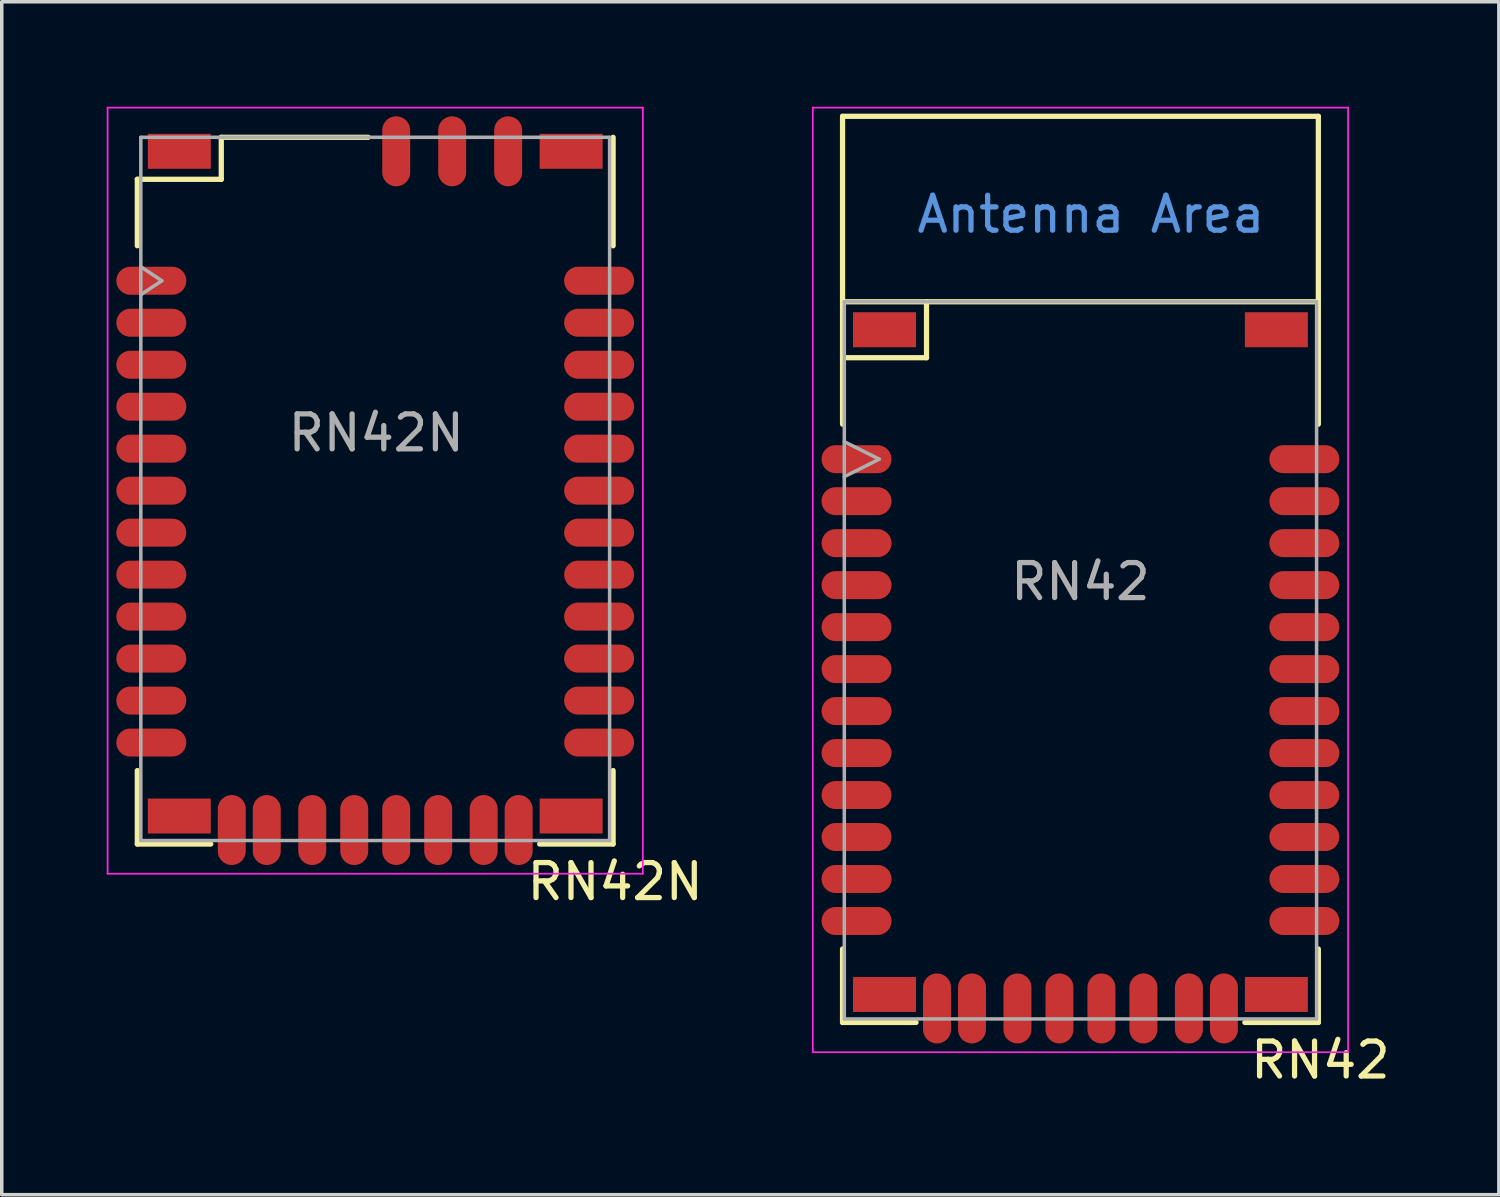
<source format=kicad_pcb>
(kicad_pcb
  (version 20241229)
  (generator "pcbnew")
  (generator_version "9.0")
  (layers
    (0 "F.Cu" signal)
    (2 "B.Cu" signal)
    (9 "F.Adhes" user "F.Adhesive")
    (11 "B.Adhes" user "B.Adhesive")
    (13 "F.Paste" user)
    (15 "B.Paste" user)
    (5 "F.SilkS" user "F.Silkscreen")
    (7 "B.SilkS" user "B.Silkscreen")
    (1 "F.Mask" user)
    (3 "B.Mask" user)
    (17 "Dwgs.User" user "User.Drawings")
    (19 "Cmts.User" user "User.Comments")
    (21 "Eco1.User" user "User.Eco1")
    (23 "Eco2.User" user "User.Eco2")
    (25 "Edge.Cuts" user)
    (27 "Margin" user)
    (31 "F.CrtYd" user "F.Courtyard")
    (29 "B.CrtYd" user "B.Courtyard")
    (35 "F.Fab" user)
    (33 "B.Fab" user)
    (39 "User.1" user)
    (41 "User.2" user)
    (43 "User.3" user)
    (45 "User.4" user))
  (footprint "RN42N"
    (layer "F.Cu")
    (at 7.675 10.975)
    (property "Reference" "RN42N" (at 6.858 11.176 0) (layer "F.SilkS") (effects (font (size 1 1) (thickness 0.15))))
    (attr smd)
    (fp_line (start -6.8 -8.9) (end -4.4 -8.9) (stroke (width 0.15) (type solid)) (layer "F.SilkS"))
    (fp_line (start -6.8 -7) (end -6.8 -8.9) (stroke (width 0.15) (type solid)) (layer "F.SilkS"))
    (fp_line (start -6.8 10.1) (end -6.8 8) (stroke (width 0.15) (type solid)) (layer "F.SilkS"))
    (fp_line (start -4.7 10.1) (end -6.8 10.1) (stroke (width 0.15) (type solid)) (layer "F.SilkS"))
    (fp_line (start -4.4 -10.1) (end -4.4 -8.9) (stroke (width 0.15) (type solid)) (layer "F.SilkS"))
    (fp_line (start -4.4 -10.1) (end -0.2 -10.1) (stroke (width 0.15) (type solid)) (layer "F.SilkS"))
    (fp_line (start 4.7 10.1) (end 6.8 10.1) (stroke (width 0.15) (type solid)) (layer "F.SilkS"))
    (fp_line (start 6.8 -10.1) (end 6.8 -7) (stroke (width 0.15) (type solid)) (layer "F.SilkS"))
    (fp_line (start 6.8 10.1) (end 6.8 8) (stroke (width 0.15) (type solid)) (layer "F.SilkS"))
    (fp_line (start -7.65 -10.95) (end 7.65 -10.95) (stroke (width 0.05) (type solid)) (layer "F.CrtYd"))
    (fp_line (start -7.65 10.95) (end -7.65 -10.95) (stroke (width 0.05) (type solid)) (layer "F.CrtYd"))
    (fp_line (start 7.65 -10.95) (end 7.65 10.95) (stroke (width 0.05) (type solid)) (layer "F.CrtYd"))
    (fp_line (start 7.65 10.95) (end -7.65 10.95) (stroke (width 0.05) (type solid)) (layer "F.CrtYd"))
    (fp_line (start -6.7 -10.1) (end -6.7 10) (stroke (width 0.1) (type solid)) (layer "F.Fab"))
    (fp_line (start -6.7 -6.4) (end -6.1 -6) (stroke (width 0.1) (type solid)) (layer "F.Fab"))
    (fp_line (start -6.7 10) (end 6.7 10) (stroke (width 0.1) (type solid)) (layer "F.Fab"))
    (fp_line (start -6.1 -6) (end -6.7 -5.6) (stroke (width 0.1) (type solid)) (layer "F.Fab"))
    (fp_line (start 6.7 -10.1) (end -6.7 -10.1) (stroke (width 0.1) (type solid)) (layer "F.Fab"))
    (fp_line (start 6.7 10) (end 6.7 -10.1) (stroke (width 0.1) (type solid)) (layer "F.Fab"))
    (fp_text user "${REFERENCE}" (at 0.03 -1.65 0) (layer "F.Fab") (effects (font (size 1 1) (thickness 0.15))))
    (pad "1" smd oval (at -6.4 -6) (size 2 0.8) (layers "F.Cu" "F.Mask" "F.Paste"))
    (pad "2" smd oval (at -6.4 -4.8) (size 2 0.8) (layers "F.Cu" "F.Mask" "F.Paste"))
    (pad "3" smd oval (at -6.4 -3.6) (size 2 0.8) (layers "F.Cu" "F.Mask" "F.Paste"))
    (pad "4" smd oval (at -6.4 -2.4) (size 2 0.8) (layers "F.Cu" "F.Mask" "F.Paste"))
    (pad "5" smd oval (at -6.4 -1.2) (size 2 0.8) (layers "F.Cu" "F.Mask" "F.Paste"))
    (pad "6" smd oval (at -6.4 0) (size 2 0.8) (layers "F.Cu" "F.Mask" "F.Paste"))
    (pad "7" smd oval (at -6.4 1.2) (size 2 0.8) (layers "F.Cu" "F.Mask" "F.Paste"))
    (pad "8" smd oval (at -6.4 2.4) (size 2 0.8) (layers "F.Cu" "F.Mask" "F.Paste"))
    (pad "9" smd oval (at -6.4 3.6) (size 2 0.8) (layers "F.Cu" "F.Mask" "F.Paste"))
    (pad "10" smd oval (at -6.4 4.8) (size 2 0.8) (layers "F.Cu" "F.Mask" "F.Paste"))
    (pad "11" smd oval (at -6.4 6) (size 2 0.8) (layers "F.Cu" "F.Mask" "F.Paste"))
    (pad "12" smd oval (at -6.4 7.2) (size 2 0.8) (layers "F.Cu" "F.Mask" "F.Paste"))
    (pad "13" smd oval (at 6.4 7.2) (size 2 0.8) (layers "F.Cu" "F.Mask" "F.Paste"))
    (pad "14" smd oval (at 6.4 6) (size 2 0.8) (layers "F.Cu" "F.Mask" "F.Paste"))
    (pad "15" smd oval (at 6.4 4.8) (size 2 0.8) (layers "F.Cu" "F.Mask" "F.Paste"))
    (pad "16" smd oval (at 6.4 3.6) (size 2 0.8) (layers "F.Cu" "F.Mask" "F.Paste"))
    (pad "17" smd oval (at 6.4 2.4) (size 2 0.8) (layers "F.Cu" "F.Mask" "F.Paste"))
    (pad "18" smd oval (at 6.4 1.2) (size 2 0.8) (layers "F.Cu" "F.Mask" "F.Paste"))
    (pad "19" smd oval (at 6.4 0) (size 2 0.8) (layers "F.Cu" "F.Mask" "F.Paste"))
    (pad "20" smd oval (at 6.4 -1.2) (size 2 0.8) (layers "F.Cu" "F.Mask" "F.Paste"))
    (pad "21" smd oval (at 6.4 -2.4) (size 2 0.8) (layers "F.Cu" "F.Mask" "F.Paste"))
    (pad "22" smd oval (at 6.4 -3.6) (size 2 0.8) (layers "F.Cu" "F.Mask" "F.Paste"))
    (pad "23" smd oval (at 6.4 -4.8) (size 2 0.8) (layers "F.Cu" "F.Mask" "F.Paste"))
    (pad "24" smd oval (at 6.4 -6) (size 2 0.8) (layers "F.Cu" "F.Mask" "F.Paste"))
    (pad "25" smd oval (at 3.8 -9.7 90) (size 2 0.8) (layers "F.Cu" "F.Mask" "F.Paste"))
    (pad "26" smd oval (at 2.2 -9.7 90) (size 2 0.8) (layers "F.Cu" "F.Mask" "F.Paste"))
    (pad "27" smd oval (at 0.6 -9.7 90) (size 2 0.8) (layers "F.Cu" "F.Mask" "F.Paste"))
    (pad "28" smd oval (at 3.1 9.7 90) (size 2 0.8) (layers "F.Cu" "F.Mask" "F.Paste"))
    (pad "29" smd oval (at -3.1 9.7 90) (size 2 0.8) (layers "F.Cu" "F.Mask" "F.Paste"))
    (pad "30" smd oval (at 4.1 9.7 90) (size 2 0.8) (layers "F.Cu" "F.Mask" "F.Paste"))
    (pad "31" smd oval (at 1.8 9.7 90) (size 2 0.8) (layers "F.Cu" "F.Mask" "F.Paste"))
    (pad "32" smd oval (at 0.6 9.7 90) (size 2 0.8) (layers "F.Cu" "F.Mask" "F.Paste"))
    (pad "33" smd oval (at -0.6 9.7 90) (size 2 0.8) (layers "F.Cu" "F.Mask" "F.Paste"))
    (pad "34" smd oval (at -1.8 9.7 90) (size 2 0.8) (layers "F.Cu" "F.Mask" "F.Paste"))
    (pad "35" smd oval (at -4.1 9.7 90) (size 2 0.8) (layers "F.Cu" "F.Mask" "F.Paste"))
    (pad "36" smd rect (at -5.6 -9.7) (size 1.8 1) (layers "F.Cu" "F.Mask" "F.Paste"))
    (pad "36" smd rect (at -5.6 9.3) (size 1.8 1) (layers "F.Cu" "F.Mask" "F.Paste"))
    (pad "36" smd rect (at 5.6 -9.7) (size 1.8 1) (layers "F.Cu" "F.Mask" "F.Paste"))
    (pad "36" smd rect (at 5.6 9.3) (size 1.8 1) (layers "F.Cu" "F.Mask" "F.Paste")))
  (footprint "RN42"
    (layer "F.Cu")
    (at 27.833 16.075)
    (property "Reference" "RN42" (at 6.858 11.176 0) (layer "F.SilkS") (effects (font (size 1 1) (thickness 0.15))))
    (attr smd)
    (fp_line (start -6.8 -15.8) (end 6.8 -15.8) (stroke (width 0.15) (type solid)) (layer "F.SilkS"))
    (fp_line (start -6.8 -10.5) (end 6.8 -10.5) (stroke (width 0.15) (type solid)) (layer "F.SilkS"))
    (fp_line (start -6.8 -8.9) (end -4.4 -8.9) (stroke (width 0.15) (type solid)) (layer "F.SilkS"))
    (fp_line (start -6.8 -7) (end -6.8 -15.8) (stroke (width 0.15) (type solid)) (layer "F.SilkS"))
    (fp_line (start -6.8 10.1) (end -6.8 8) (stroke (width 0.15) (type solid)) (layer "F.SilkS"))
    (fp_line (start -4.7 10.1) (end -6.8 10.1) (stroke (width 0.15) (type solid)) (layer "F.SilkS"))
    (fp_line (start -4.4 -8.9) (end -4.4 -10.5) (stroke (width 0.15) (type solid)) (layer "F.SilkS"))
    (fp_line (start 4.7 10.1) (end 6.8 10.1) (stroke (width 0.15) (type solid)) (layer "F.SilkS"))
    (fp_line (start 6.8 -15.8) (end 6.8 -7) (stroke (width 0.15) (type solid)) (layer "F.SilkS"))
    (fp_line (start 6.8 10.1) (end 6.8 8) (stroke (width 0.15) (type solid)) (layer "F.SilkS"))
    (fp_line (start -7.65 -16.05) (end 7.65 -16.05) (stroke (width 0.05) (type solid)) (layer "F.CrtYd"))
    (fp_line (start -7.65 10.95) (end -7.65 -16.05) (stroke (width 0.05) (type solid)) (layer "F.CrtYd"))
    (fp_line (start 7.65 -16.05) (end 7.65 10.95) (stroke (width 0.05) (type solid)) (layer "F.CrtYd"))
    (fp_line (start 7.65 10.95) (end -7.65 10.95) (stroke (width 0.05) (type solid)) (layer "F.CrtYd"))
    (fp_line (start -6.75 -10.5) (end 6.75 -10.5) (stroke (width 0.1) (type solid)) (layer "F.Fab"))
    (fp_line (start -6.75 -6.5) (end -5.75 -6) (stroke (width 0.1) (type solid)) (layer "F.Fab"))
    (fp_line (start -6.75 10) (end -6.75 -10.5) (stroke (width 0.1) (type solid)) (layer "F.Fab"))
    (fp_line (start -5.75 -6) (end -6.75 -5.5) (stroke (width 0.1) (type solid)) (layer "F.Fab"))
    (fp_line (start 6.75 -10.5) (end 6.75 10) (stroke (width 0.1) (type solid)) (layer "F.Fab"))
    (fp_line (start 6.75 10) (end -6.75 10) (stroke (width 0.1) (type solid)) (layer "F.Fab"))
    (fp_text user "Antenna Area" (at 0.3 -13 0) (layer "Cmts.User") (effects (font (size 1 1) (thickness 0.15))))
    (fp_text user "${REFERENCE}" (at 0 -2.5 0) (layer "F.Fab") (effects (font (size 1 1) (thickness 0.15))))
    (pad "1" smd oval (at -6.4 -6) (size 2 0.8) (layers "F.Cu" "F.Mask" "F.Paste"))
    (pad "2" smd oval (at -6.4 -4.8) (size 2 0.8) (layers "F.Cu" "F.Mask" "F.Paste"))
    (pad "3" smd oval (at -6.4 -3.6) (size 2 0.8) (layers "F.Cu" "F.Mask" "F.Paste"))
    (pad "4" smd oval (at -6.4 -2.4) (size 2 0.8) (layers "F.Cu" "F.Mask" "F.Paste"))
    (pad "5" smd oval (at -6.4 -1.2) (size 2 0.8) (layers "F.Cu" "F.Mask" "F.Paste"))
    (pad "6" smd oval (at -6.4 0) (size 2 0.8) (layers "F.Cu" "F.Mask" "F.Paste"))
    (pad "7" smd oval (at -6.4 1.2) (size 2 0.8) (layers "F.Cu" "F.Mask" "F.Paste"))
    (pad "8" smd oval (at -6.4 2.4) (size 2 0.8) (layers "F.Cu" "F.Mask" "F.Paste"))
    (pad "9" smd oval (at -6.4 3.6) (size 2 0.8) (layers "F.Cu" "F.Mask" "F.Paste"))
    (pad "10" smd oval (at -6.4 4.8) (size 2 0.8) (layers "F.Cu" "F.Mask" "F.Paste"))
    (pad "11" smd oval (at -6.4 6) (size 2 0.8) (layers "F.Cu" "F.Mask" "F.Paste"))
    (pad "12" smd oval (at -6.4 7.2) (size 2 0.8) (layers "F.Cu" "F.Mask" "F.Paste"))
    (pad "13" smd oval (at 6.4 7.2) (size 2 0.8) (layers "F.Cu" "F.Mask" "F.Paste"))
    (pad "14" smd oval (at 6.4 6) (size 2 0.8) (layers "F.Cu" "F.Mask" "F.Paste"))
    (pad "15" smd oval (at 6.4 4.8) (size 2 0.8) (layers "F.Cu" "F.Mask" "F.Paste"))
    (pad "16" smd oval (at 6.4 3.6) (size 2 0.8) (layers "F.Cu" "F.Mask" "F.Paste"))
    (pad "17" smd oval (at 6.4 2.4) (size 2 0.8) (layers "F.Cu" "F.Mask" "F.Paste"))
    (pad "18" smd oval (at 6.4 1.2) (size 2 0.8) (layers "F.Cu" "F.Mask" "F.Paste"))
    (pad "19" smd oval (at 6.4 0) (size 2 0.8) (layers "F.Cu" "F.Mask" "F.Paste"))
    (pad "20" smd oval (at 6.4 -1.2) (size 2 0.8) (layers "F.Cu" "F.Mask" "F.Paste"))
    (pad "21" smd oval (at 6.4 -2.4) (size 2 0.8) (layers "F.Cu" "F.Mask" "F.Paste"))
    (pad "22" smd oval (at 6.4 -3.6) (size 2 0.8) (layers "F.Cu" "F.Mask" "F.Paste"))
    (pad "23" smd oval (at 6.4 -4.8) (size 2 0.8) (layers "F.Cu" "F.Mask" "F.Paste"))
    (pad "24" smd oval (at 6.4 -6) (size 2 0.8) (layers "F.Cu" "F.Mask" "F.Paste"))
    (pad "28" smd oval (at 3.1 9.7 90) (size 2 0.8) (layers "F.Cu" "F.Mask" "F.Paste"))
    (pad "29" smd oval (at -3.1 9.7 90) (size 2 0.8) (layers "F.Cu" "F.Mask" "F.Paste"))
    (pad "30" smd oval (at 4.1 9.7 90) (size 2 0.8) (layers "F.Cu" "F.Mask" "F.Paste"))
    (pad "31" smd oval (at 1.8 9.7 90) (size 2 0.8) (layers "F.Cu" "F.Mask" "F.Paste"))
    (pad "32" smd oval (at 0.6 9.7 90) (size 2 0.8) (layers "F.Cu" "F.Mask" "F.Paste"))
    (pad "33" smd oval (at -0.6 9.7 90) (size 2 0.8) (layers "F.Cu" "F.Mask" "F.Paste"))
    (pad "34" smd oval (at -1.8 9.7 90) (size 2 0.8) (layers "F.Cu" "F.Mask" "F.Paste"))
    (pad "35" smd oval (at -4.1 9.7 90) (size 2 0.8) (layers "F.Cu" "F.Mask" "F.Paste"))
    (pad "36" smd rect (at -5.6 -9.7) (size 1.8 1) (layers "F.Cu" "F.Mask" "F.Paste"))
    (pad "36" smd rect (at -5.6 9.3) (size 1.8 1) (layers "F.Cu" "F.Mask" "F.Paste"))
    (pad "36" smd rect (at 5.6 -9.7) (size 1.8 1) (layers "F.Cu" "F.Mask" "F.Paste"))
    (pad "36" smd rect (at 5.6 9.3) (size 1.8 1) (layers "F.Cu" "F.Mask" "F.Paste")))
  (gr_rect
    (start -3 -3)
    (end 39.792 31.099)
    (stroke (width 0.1) (type default))
    (fill no)
    (layer "Edge.Cuts")))
</source>
